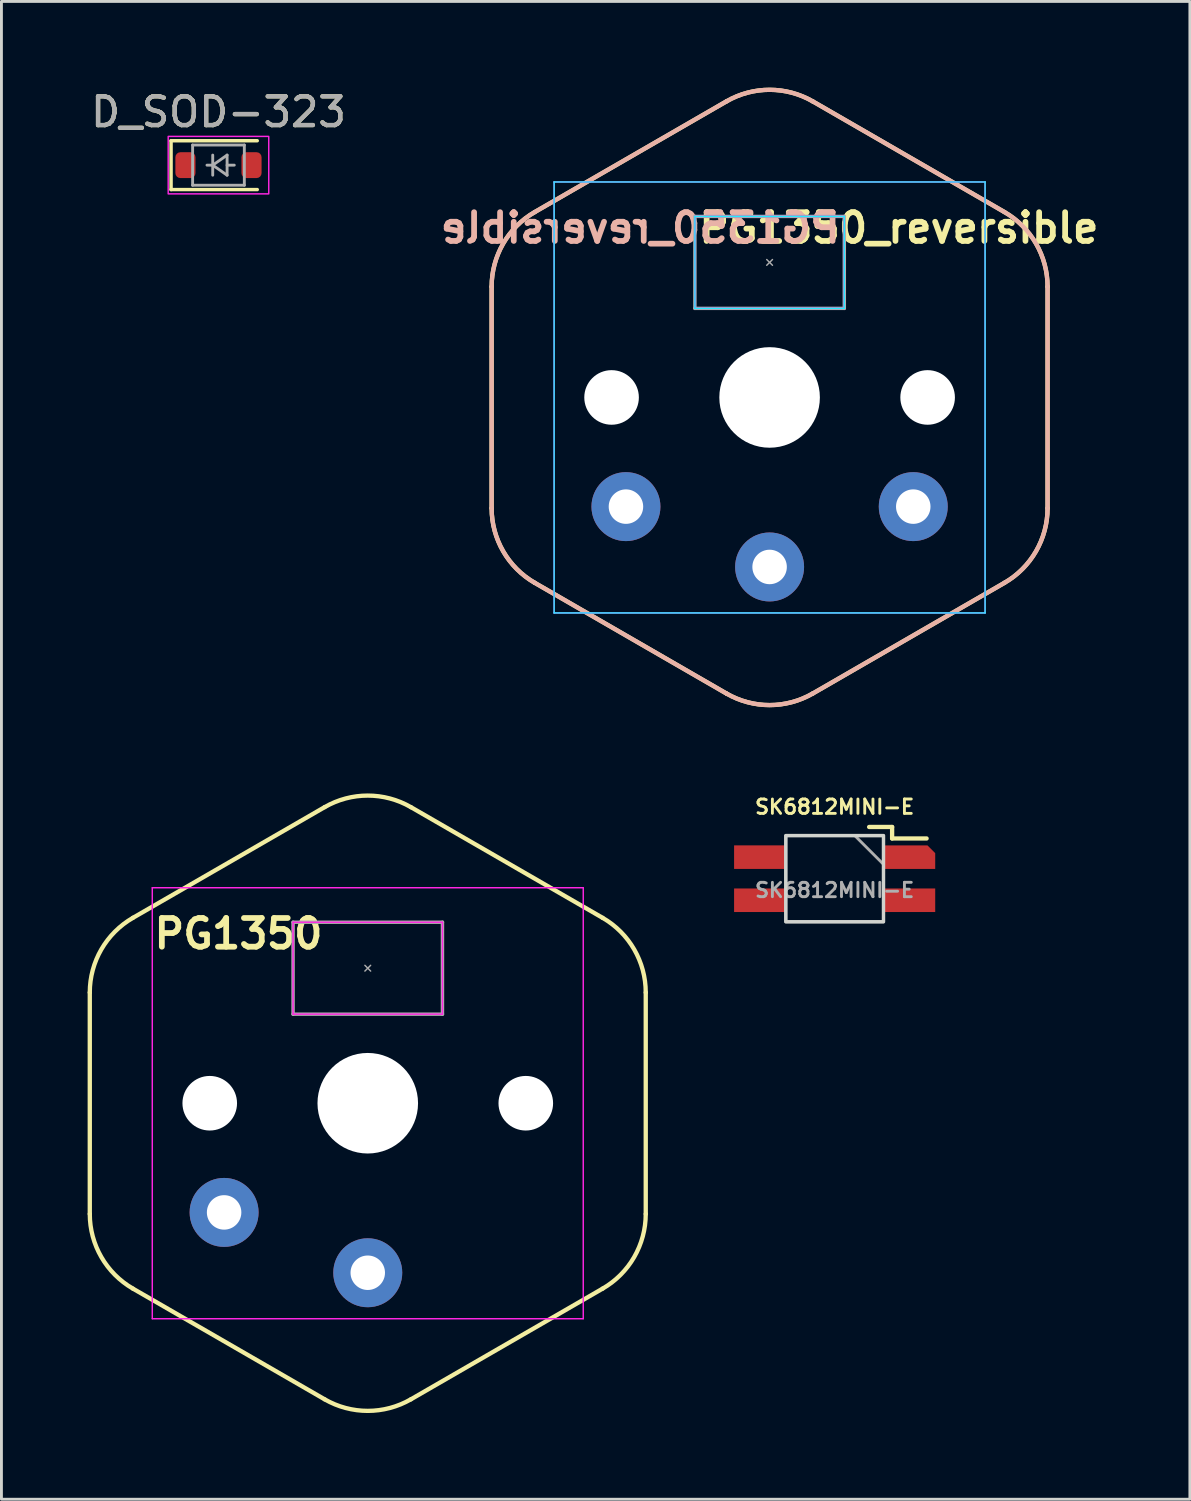
<source format=kicad_pcb>
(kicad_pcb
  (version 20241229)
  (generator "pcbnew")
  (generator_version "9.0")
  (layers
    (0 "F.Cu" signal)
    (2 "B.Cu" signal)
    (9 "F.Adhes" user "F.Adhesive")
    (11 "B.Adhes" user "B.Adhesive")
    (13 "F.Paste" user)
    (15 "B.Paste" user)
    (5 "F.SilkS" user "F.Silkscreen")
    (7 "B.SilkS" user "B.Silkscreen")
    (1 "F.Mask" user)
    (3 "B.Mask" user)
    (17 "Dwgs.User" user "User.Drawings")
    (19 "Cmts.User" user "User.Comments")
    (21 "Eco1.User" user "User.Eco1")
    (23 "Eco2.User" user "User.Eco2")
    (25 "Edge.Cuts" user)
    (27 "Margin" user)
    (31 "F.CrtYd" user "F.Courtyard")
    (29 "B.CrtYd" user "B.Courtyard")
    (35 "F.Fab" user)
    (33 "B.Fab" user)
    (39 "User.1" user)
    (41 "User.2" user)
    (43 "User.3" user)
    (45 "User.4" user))
  (footprint "D_SOD-323"
    (layer "F.Cu")
    (at 4.554 2.698)
    (property "Reference" "D_SOD-323" (at 0 -1.85 0) (layer "F.SilkS") (effects (font (size 1 1) (thickness 0.15))))
    (attr smd)
    (fp_line (start -1.65 -0.85) (end 1.35 -0.85) (stroke (width 0.12) (type solid)) (layer "F.SilkS"))
    (fp_line (start -1.65 0.85) (end -1.65 -0.85) (stroke (width 0.12) (type solid)) (layer "F.SilkS"))
    (fp_line (start -1.65 0.85) (end 1.35 0.85) (stroke (width 0.12) (type solid)) (layer "F.SilkS"))
    (fp_rect (start 1.75 -1) (end -1.75 1) (stroke (width 0.05) (type solid)) (fill no) (layer "F.CrtYd"))
    (fp_line (start -0.9 -0.7) (end -0.9 0.7) (stroke (width 0.1) (type solid)) (layer "F.Fab"))
    (fp_line (start -0.9 0.7) (end 0.9 0.7) (stroke (width 0.1) (type solid)) (layer "F.Fab"))
    (fp_line (start -0.2 0) (end -0.4 0) (stroke (width 0.1) (type solid)) (layer "F.Fab"))
    (fp_line (start -0.2 0) (end 0.3 0.35) (stroke (width 0.1) (type solid)) (layer "F.Fab"))
    (fp_line (start -0.2 0.35) (end -0.2 -0.35) (stroke (width 0.1) (type solid)) (layer "F.Fab"))
    (fp_line (start 0.3 -0.35) (end -0.2 0) (stroke (width 0.1) (type solid)) (layer "F.Fab"))
    (fp_line (start 0.3 0) (end 0.55 0) (stroke (width 0.1) (type solid)) (layer "F.Fab"))
    (fp_line (start 0.3 0.35) (end 0.3 -0.35) (stroke (width 0.1) (type solid)) (layer "F.Fab"))
    (fp_line (start 0.9 -0.7) (end -0.9 -0.7) (stroke (width 0.1) (type solid)) (layer "F.Fab"))
    (fp_line (start 0.9 0.7) (end 0.9 -0.7) (stroke (width 0.1) (type solid)) (layer "F.Fab"))
    (fp_text user "${REFERENCE}" (at 0 -1.85 0) (layer "F.Fab") (effects (font (size 1 1) (thickness 0.15))))
    (pad "1" smd roundrect (at -1.15 0 180) (size 0.7 0.9) (layers "F.Cu" "F.Mask" "F.Paste") (roundrect_rratio 0.25))
    (pad "2" smd roundrect (at 1.15 0 180) (size 0.7 0.9) (layers "F.Cu" "F.Mask" "F.Paste") (roundrect_rratio 0.25)))
  (footprint "PG1350"
    (layer "F.Cu")
    (at 9.75 35.348)
    (property "Reference" "PG1350" (at -4.5 -5.9 180) (layer "F.SilkS") (effects (font (size 1 1) (thickness 0.2))))
    (attr through_hole)
    (fp_line (start -9.675 -3.854) (end -9.675 3.854) (stroke (width 0.15) (type solid)) (layer "F.SilkS"))
    (fp_line (start -8.175 6.452) (end -1.5 10.306) (stroke (width 0.15) (type solid)) (layer "F.SilkS"))
    (fp_line (start -1.5 -10.306) (end -8.175 -6.452) (stroke (width 0.15) (type solid)) (layer "F.SilkS"))
    (fp_line (start 1.5 10.306) (end 8.175 6.452) (stroke (width 0.15) (type solid)) (layer "F.SilkS"))
    (fp_line (start 8.175 -6.452) (end 1.5 -10.306) (stroke (width 0.15) (type solid)) (layer "F.SilkS"))
    (fp_line (start 9.675 3.854) (end 9.675 -3.854) (stroke (width 0.15) (type solid)) (layer "F.SilkS"))
    (fp_arc (start -9.674999 -3.853813) (mid -9.273075 -5.353813) (end -8.174999 -6.451889) (stroke (width 0.15) (type solid)) (layer "F.SilkS"))
    (fp_arc (start -8.175 6.451889) (mid -9.273076 5.353813) (end -9.675 3.853813) (stroke (width 0.15) (type solid)) (layer "F.SilkS"))
    (fp_arc (start -1.5 -10.305701) (mid -0.000001 -10.707625) (end 1.499999 -10.305702) (stroke (width 0.15) (type solid)) (layer "F.SilkS"))
    (fp_arc (start 1.5 10.305701) (mid 0.000001 10.707625) (end -1.499999 10.305702) (stroke (width 0.15) (type solid)) (layer "F.SilkS"))
    (fp_arc (start 8.175 -6.451889) (mid 9.273076 -5.353813) (end 9.675 -3.853813) (stroke (width 0.15) (type solid)) (layer "F.SilkS"))
    (fp_arc (start 9.675 3.853813) (mid 9.273076 5.353813) (end 8.175 6.451889) (stroke (width 0.15) (type solid)) (layer "F.SilkS"))
    (fp_line (start -7.5 -7.5) (end 7.5 -7.5) (stroke (width 0.05) (type solid)) (layer "F.CrtYd"))
    (fp_line (start -7.5 7.5) (end -7.5 -7.5) (stroke (width 0.05) (type solid)) (layer "F.CrtYd"))
    (fp_line (start -2.6 -3.1) (end -2.6 -6.3) (stroke (width 0.05) (type solid)) (layer "F.CrtYd"))
    (fp_line (start 2.6 -6.3) (end -2.6 -6.3) (stroke (width 0.05) (type solid)) (layer "F.CrtYd"))
    (fp_line (start 2.6 -6.3) (end 2.6 -3.1) (stroke (width 0.05) (type solid)) (layer "F.CrtYd"))
    (fp_line (start 2.6 -3.1) (end -2.6 -3.1) (stroke (width 0.05) (type solid)) (layer "F.CrtYd"))
    (fp_line (start 7.5 -7.5) (end 7.5 7.5) (stroke (width 0.05) (type solid)) (layer "F.CrtYd"))
    (fp_line (start 7.5 7.5) (end -7.5 7.5) (stroke (width 0.05) (type solid)) (layer "F.CrtYd"))
    (fp_line (start -2.6 -6.3) (end 2.6 -6.3) (stroke (width 0.12) (type solid)) (layer "F.Fab"))
    (fp_line (start -2.6 -3.1) (end -2.6 -6.3) (stroke (width 0.12) (type solid)) (layer "F.Fab"))
    (fp_line (start -0.1 -4.8) (end 0.1 -4.6) (stroke (width 0.05) (type solid)) (layer "F.Fab"))
    (fp_line (start 0.1 -4.8) (end -0.1 -4.6) (stroke (width 0.05) (type solid)) (layer "F.Fab"))
    (fp_line (start 2.6 -6.3) (end 2.6 -3.1) (stroke (width 0.12) (type solid)) (layer "F.Fab"))
    (fp_line (start 2.6 -3.1) (end -2.6 -3.1) (stroke (width 0.12) (type solid)) (layer "F.Fab"))
    (pad "" np_thru_hole circle (at -5.5 0) (size 1.9 1.9) (drill 1.9) (layers "*.Cu" "*.Mask"))
    (pad "" np_thru_hole circle (at 0 0) (size 3.5 3.5) (drill 3.5) (layers "*.Cu" "*.Mask"))
    (pad "" np_thru_hole circle (at 5.5 0) (size 1.9 1.9) (drill 1.9) (layers "*.Cu" "*.Mask"))
    (pad "1" thru_hole circle (at -5 3.8) (size 2.4 2.4) (drill 1.2) (layers "*.Cu" "*.Mask"))
    (pad "2" thru_hole circle (at 0 5.9) (size 2.4 2.4) (drill 1.2) (layers "*.Cu" "*.Mask")))
  (footprint "SK6812MINI-E"
    (layer "F.Cu")
    (at 26 27.133)
    (property "Reference" "SK6812MINI-E" (at 0 -2.1 0) (unlocked yes) (layer "F.SilkS") (effects (font (size 0.5 0.5) (thickness 0.1))))
    (attr smd)
    (fp_line (start 1.2 -1.4) (end 2 -1.4) (stroke (width 0.15) (type solid)) (layer "F.SilkS"))
    (fp_line (start 2 -1.4) (end 2 -1) (stroke (width 0.15) (type solid)) (layer "F.SilkS"))
    (fp_line (start 2 -1) (end 3.2 -1) (stroke (width 0.15) (type solid)) (layer "F.SilkS"))
    (fp_rect (start 1.7 1.9) (end -1.7 -1.1) (stroke (width 0.12) (type solid)) (fill no) (layer "Edge.Cuts"))
    (fp_line (start 1.7 -0.1) (end 0.7 -1.1) (stroke (width 0.1) (type solid)) (layer "F.Fab"))
    (fp_rect (start -1.7 1.9) (end 1.7 -1.1) (stroke (width 0.1) (type solid)) (fill no) (layer "F.Fab"))
    (fp_text user "${REFERENCE}" (at 0 0.8 0) (unlocked yes) (layer "F.Fab") (effects (font (size 0.5 0.5) (thickness 0.1))))
    (pad "1" smd rect (at -2.6 1.15 180) (size 1.8 0.82) (layers "F.Cu" "F.Mask" "F.Paste"))
    (pad "2" smd rect (at -2.6 -0.35 180) (size 1.8 0.82) (layers "F.Cu" "F.Mask" "F.Paste"))
    (pad "3" smd roundrect (at 2.6 -0.35 180) (size 1.8 0.82) (layers "F.Cu" "F.Mask" "F.Paste") (roundrect_rratio 0) (chamfer_ratio 0.33) (chamfer bottom_left))
    (pad "4" smd rect (at 2.6 1.15 180) (size 1.8 0.82) (layers "F.Cu" "F.Mask" "F.Paste")))
  (footprint "PG1350_reversible"
    (layer "F.Cu")
    (at 23.736 10.783)
    (property "Reference" "PG1350_reversible" (at -4.5 -5.9 180) (layer "B.SilkS") (effects (font (size 1 1) (thickness 0.2)) (justify mirror)))
    (attr through_hole)
    (fp_line (start -9.675 -3.854) (end -9.675 3.854) (stroke (width 0.15) (type solid)) (layer "F.SilkS"))
    (fp_line (start -8.175 6.452) (end -1.5 10.306) (stroke (width 0.15) (type solid)) (layer "F.SilkS"))
    (fp_line (start -1.5 -10.306) (end -8.175 -6.452) (stroke (width 0.15) (type solid)) (layer "F.SilkS"))
    (fp_line (start 1.5 10.306) (end 8.175 6.452) (stroke (width 0.15) (type solid)) (layer "F.SilkS"))
    (fp_line (start 8.175 -6.452) (end 1.5 -10.306) (stroke (width 0.15) (type solid)) (layer "F.SilkS"))
    (fp_line (start 9.675 3.854) (end 9.675 -3.854) (stroke (width 0.15) (type solid)) (layer "F.SilkS"))
    (fp_arc (start -9.674999 -3.853813) (mid -9.273075 -5.353813) (end -8.174999 -6.451889) (stroke (width 0.15) (type solid)) (layer "F.SilkS"))
    (fp_arc (start -8.175 6.451889) (mid -9.273076 5.353813) (end -9.675 3.853813) (stroke (width 0.15) (type solid)) (layer "F.SilkS"))
    (fp_arc (start -1.5 -10.305701) (mid -0.000001 -10.707625) (end 1.499999 -10.305702) (stroke (width 0.15) (type solid)) (layer "F.SilkS"))
    (fp_arc (start 1.5 10.305701) (mid 0.000001 10.707625) (end -1.499999 10.305702) (stroke (width 0.15) (type solid)) (layer "F.SilkS"))
    (fp_arc (start 8.175 -6.451889) (mid 9.273076 -5.353813) (end 9.675 -3.853813) (stroke (width 0.15) (type solid)) (layer "F.SilkS"))
    (fp_arc (start 9.675 3.853813) (mid 9.273076 5.353813) (end 8.175 6.451889) (stroke (width 0.15) (type solid)) (layer "F.SilkS"))
    (fp_line (start -9.675 3.854) (end -9.675 -3.854) (stroke (width 0.15) (type solid)) (layer "B.SilkS"))
    (fp_line (start -8.175 -6.452) (end -1.5 -10.306) (stroke (width 0.15) (type solid)) (layer "B.SilkS"))
    (fp_line (start -1.5 10.306) (end -8.175 6.452) (stroke (width 0.15) (type solid)) (layer "B.SilkS"))
    (fp_line (start 1.5 -10.306) (end 8.175 -6.452) (stroke (width 0.15) (type solid)) (layer "B.SilkS"))
    (fp_line (start 8.175 6.452) (end 1.5 10.306) (stroke (width 0.15) (type solid)) (layer "B.SilkS"))
    (fp_line (start 9.675 -3.854) (end 9.675 3.854) (stroke (width 0.15) (type solid)) (layer "B.SilkS"))
    (fp_arc (start -9.675 -3.853813) (mid -9.27308 -5.353815) (end -8.175 -6.451889) (stroke (width 0.15) (type solid)) (layer "B.SilkS"))
    (fp_arc (start -8.175 6.451889) (mid -9.273075 5.353812) (end -9.675 3.853813) (stroke (width 0.15) (type solid)) (layer "B.SilkS"))
    (fp_arc (start -1.499999 -10.305702) (mid 0.000001 -10.707625) (end 1.5 -10.305701) (stroke (width 0.15) (type solid)) (layer "B.SilkS"))
    (fp_arc (start 1.499999 10.305702) (mid -0.000001 10.707625) (end -1.5 10.305701) (stroke (width 0.15) (type solid)) (layer "B.SilkS"))
    (fp_arc (start 8.174999 -6.451889) (mid 9.273075 -5.353813) (end 9.674999 -3.853813) (stroke (width 0.15) (type solid)) (layer "B.SilkS"))
    (fp_arc (start 9.675 3.853813) (mid 9.273076 5.353813) (end 8.175 6.451889) (stroke (width 0.15) (type solid)) (layer "B.SilkS"))
    (fp_line (start -7.5 -7.5) (end -7.5 7.5) (stroke (width 0.05) (type solid)) (layer "B.CrtYd"))
    (fp_line (start -7.5 7.5) (end 7.5 7.5) (stroke (width 0.05) (type solid)) (layer "B.CrtYd"))
    (fp_line (start -2.6 -6.3) (end -2.6 -3.1) (stroke (width 0.05) (type solid)) (layer "B.CrtYd"))
    (fp_line (start -2.6 -6.3) (end 2.6 -6.3) (stroke (width 0.05) (type solid)) (layer "B.CrtYd"))
    (fp_line (start -2.6 -3.1) (end 2.6 -3.1) (stroke (width 0.05) (type solid)) (layer "B.CrtYd"))
    (fp_line (start 2.6 -3.1) (end 2.6 -6.3) (stroke (width 0.05) (type solid)) (layer "B.CrtYd"))
    (fp_line (start 7.5 -7.5) (end -7.5 -7.5) (stroke (width 0.05) (type solid)) (layer "B.CrtYd"))
    (fp_line (start 7.5 7.5) (end 7.5 -7.5) (stroke (width 0.05) (type solid)) (layer "B.CrtYd"))
    (fp_line (start -7.5 -7.5) (end 7.5 -7.5) (stroke (width 0.05) (type solid)) (layer "F.CrtYd"))
    (fp_line (start -7.5 7.5) (end -7.5 -7.5) (stroke (width 0.05) (type solid)) (layer "F.CrtYd"))
    (fp_line (start -2.6 -3.1) (end -2.6 -6.3) (stroke (width 0.05) (type solid)) (layer "F.CrtYd"))
    (fp_line (start 2.6 -6.3) (end -2.6 -6.3) (stroke (width 0.05) (type solid)) (layer "F.CrtYd"))
    (fp_line (start 2.6 -6.3) (end 2.6 -3.1) (stroke (width 0.05) (type solid)) (layer "F.CrtYd"))
    (fp_line (start 2.6 -3.1) (end -2.6 -3.1) (stroke (width 0.05) (type solid)) (layer "F.CrtYd"))
    (fp_line (start 7.5 -7.5) (end 7.5 7.5) (stroke (width 0.05) (type solid)) (layer "F.CrtYd"))
    (fp_line (start 7.5 7.5) (end -7.5 7.5) (stroke (width 0.05) (type solid)) (layer "F.CrtYd"))
    (fp_line (start -2.6 -6.3) (end 2.6 -6.3) (stroke (width 0.12) (type solid)) (layer "F.Fab"))
    (fp_line (start -2.6 -3.1) (end -2.6 -6.3) (stroke (width 0.12) (type solid)) (layer "F.Fab"))
    (fp_line (start -0.1 -4.8) (end 0.1 -4.6) (stroke (width 0.05) (type solid)) (layer "F.Fab"))
    (fp_line (start 0.1 -4.8) (end -0.1 -4.6) (stroke (width 0.05) (type solid)) (layer "F.Fab"))
    (fp_line (start 2.6 -6.3) (end 2.6 -3.1) (stroke (width 0.12) (type solid)) (layer "F.Fab"))
    (fp_line (start 2.6 -3.1) (end -2.6 -3.1) (stroke (width 0.12) (type solid)) (layer "F.Fab"))
    (fp_text user "${REFERENCE}" (at 4.5 -5.9 180) (layer "F.SilkS") (effects (font (size 1 1) (thickness 0.2))))
    (pad "" np_thru_hole circle (at -5.5 0) (size 1.9 1.9) (drill 1.9) (layers "*.Cu" "*.Mask"))
    (pad "" np_thru_hole circle (at 0 0) (size 3.5 3.5) (drill 3.5) (layers "*.Cu" "*.Mask"))
    (pad "" np_thru_hole circle (at 5.5 0) (size 1.9 1.9) (drill 1.9) (layers "*.Cu" "*.Mask"))
    (pad "1" thru_hole circle (at -5 3.8) (size 2.4 2.4) (drill 1.2) (layers "*.Cu" "*.Mask"))
    (pad "1" thru_hole circle (at 5 3.8) (size 2.4 2.4) (drill 1.2) (layers "*.Cu" "*.Mask"))
    (pad "2" thru_hole circle (at 0 5.9) (size 2.4 2.4) (drill 1.2) (layers "*.Cu" "*.Mask")))
  (gr_rect
    (start -3 -3)
    (end 38.364 49.13)
    (stroke (width 0.1) (type default))
    (fill no)
    (layer "Edge.Cuts")))
</source>
